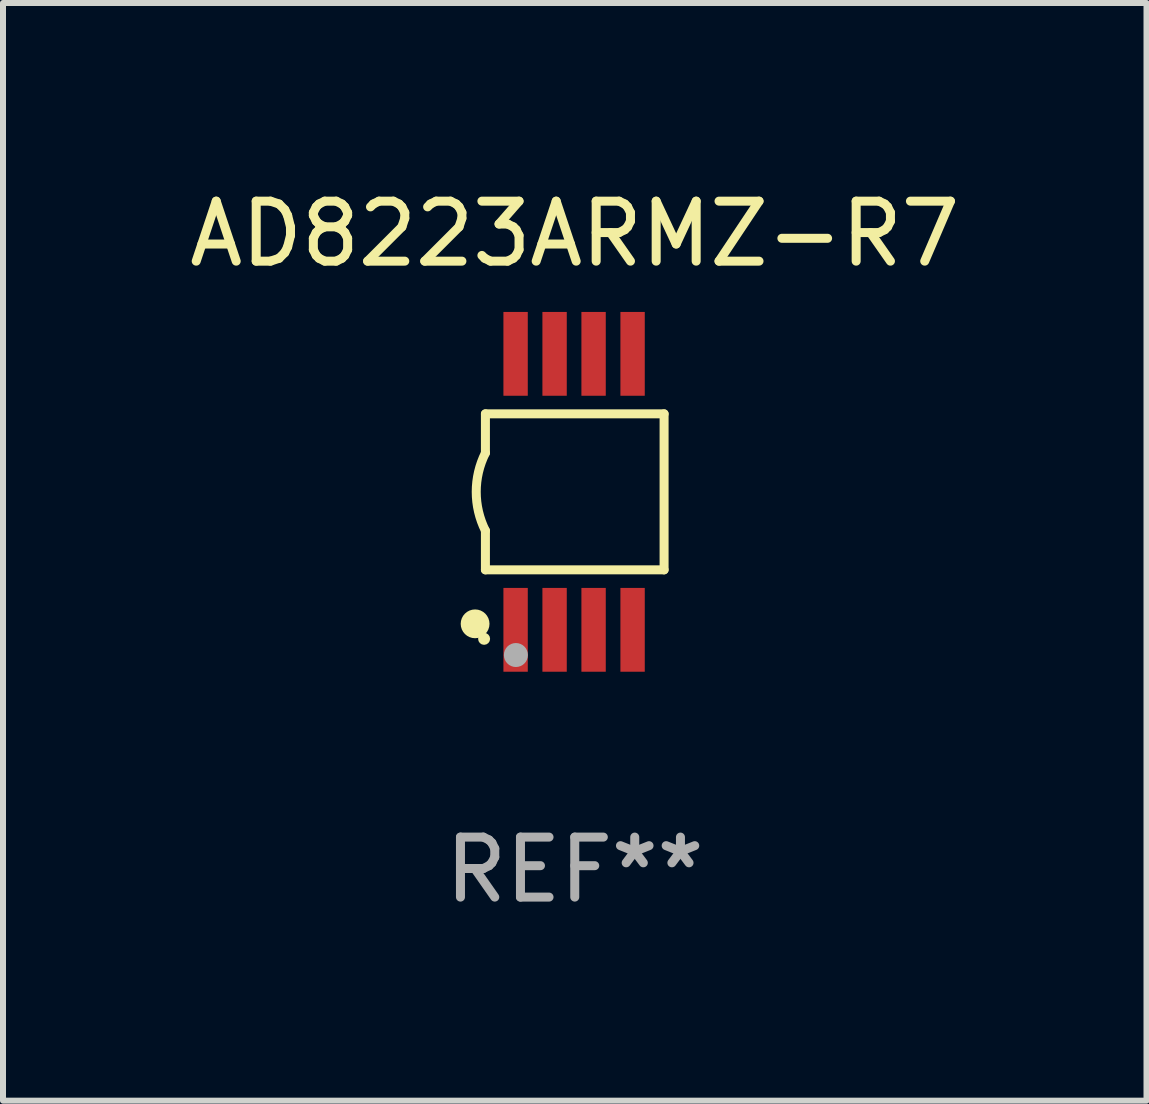
<source format=kicad_pcb>
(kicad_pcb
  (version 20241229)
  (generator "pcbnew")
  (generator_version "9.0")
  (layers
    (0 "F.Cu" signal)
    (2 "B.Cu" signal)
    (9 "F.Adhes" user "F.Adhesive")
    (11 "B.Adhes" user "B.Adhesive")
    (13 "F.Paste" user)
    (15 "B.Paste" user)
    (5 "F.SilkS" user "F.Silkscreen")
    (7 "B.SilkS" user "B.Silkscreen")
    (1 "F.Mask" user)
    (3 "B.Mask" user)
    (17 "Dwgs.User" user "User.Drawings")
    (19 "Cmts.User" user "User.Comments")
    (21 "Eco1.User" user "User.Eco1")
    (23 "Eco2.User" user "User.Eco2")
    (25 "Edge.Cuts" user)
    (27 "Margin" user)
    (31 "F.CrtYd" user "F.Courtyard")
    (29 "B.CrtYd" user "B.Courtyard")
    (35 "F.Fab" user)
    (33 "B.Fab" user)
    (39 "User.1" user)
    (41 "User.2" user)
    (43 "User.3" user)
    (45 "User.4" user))
  (footprint "AD8223ARMZ-R7"
    (layer "F.Cu")
    (at 6.53 5.148)
    (property "Reference" "AD8223ARMZ-R7" (at 0 -4.3 0) (layer "F.SilkS") (effects (font (size 1 1) (thickness 0.15))))
    (attr through_hole)
    (fp_line (start -1.489 -1.3) (end -1.489 -0.648) (stroke (width 0.15) (type solid)) (layer "F.SilkS"))
    (fp_line (start -1.489 0.648) (end -1.489 1.3) (stroke (width 0.15) (type solid)) (layer "F.SilkS"))
    (fp_line (start -1.489 1.3) (end 1.489 1.3) (stroke (width 0.15) (type solid)) (layer "F.SilkS"))
    (fp_line (start 1.489 -1.3) (end -1.489 -1.3) (stroke (width 0.15) (type solid)) (layer "F.SilkS"))
    (fp_line (start 1.489 1.3) (end 1.489 -1.3) (stroke (width 0.15) (type solid)) (layer "F.SilkS"))
    (fp_arc (start -1.489205 0.647702) (mid -1.642107 0) (end -1.489205 -0.647701) (stroke (width 0.150013) (type solid)) (layer "F.SilkS"))
    (fp_circle (center -1.661 2.2) (end -1.541 2.2) (stroke (width 0.24) (type solid)) (fill no) (layer "F.SilkS"))
    (fp_circle (center -1.511 2.45) (end -1.461 2.45) (stroke (width 0.1) (type solid)) (fill no) (layer "F.SilkS"))
    (fp_circle (center -0.981 2.72) (end -0.881 2.72) (stroke (width 0.2) (type solid)) (fill no) (layer "F.Fab"))
    (fp_text user "REF**" (at 0 6.3 0) (layer "F.Fab") (effects (font (size 1 1) (thickness 0.15))))
    (pad "1" smd rect (at -0.986 2.3) (size 0.406 1.397) (layers "F.Cu" "F.Mask" "F.Paste"))
    (pad "2" smd rect (at -0.336 2.3) (size 0.406 1.397) (layers "F.Cu" "F.Mask" "F.Paste"))
    (pad "3" smd rect (at 0.314 2.3) (size 0.406 1.397) (layers "F.Cu" "F.Mask" "F.Paste"))
    (pad "4" smd rect (at 0.964 2.3) (size 0.406 1.397) (layers "F.Cu" "F.Mask" "F.Paste"))
    (pad "5" smd rect (at 0.964 -2.3) (size 0.406 1.397) (layers "F.Cu" "F.Mask" "F.Paste"))
    (pad "6" smd rect (at 0.314 -2.3) (size 0.406 1.397) (layers "F.Cu" "F.Mask" "F.Paste"))
    (pad "7" smd rect (at -0.336 -2.3) (size 0.406 1.397) (layers "F.Cu" "F.Mask" "F.Paste"))
    (pad "8" smd rect (at -0.986 -2.3) (size 0.406 1.397) (layers "F.Cu" "F.Mask" "F.Paste")))
  (gr_rect
    (start -3 -3)
    (end 16.06 15.296)
    (stroke (width 0.1) (type default))
    (fill no)
    (layer "Edge.Cuts")))
</source>
